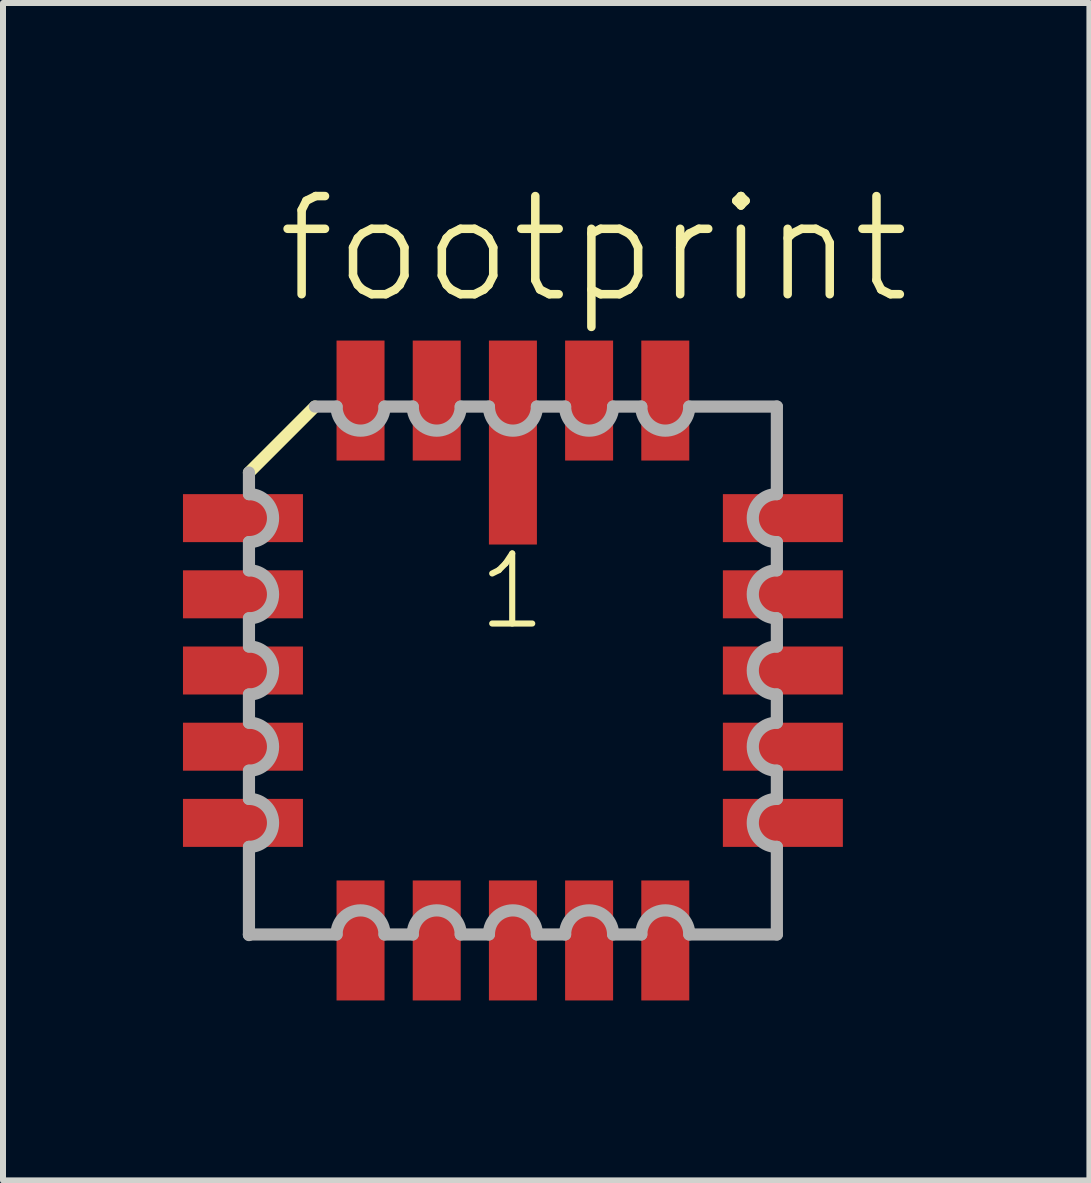
<source format=kicad_pcb>
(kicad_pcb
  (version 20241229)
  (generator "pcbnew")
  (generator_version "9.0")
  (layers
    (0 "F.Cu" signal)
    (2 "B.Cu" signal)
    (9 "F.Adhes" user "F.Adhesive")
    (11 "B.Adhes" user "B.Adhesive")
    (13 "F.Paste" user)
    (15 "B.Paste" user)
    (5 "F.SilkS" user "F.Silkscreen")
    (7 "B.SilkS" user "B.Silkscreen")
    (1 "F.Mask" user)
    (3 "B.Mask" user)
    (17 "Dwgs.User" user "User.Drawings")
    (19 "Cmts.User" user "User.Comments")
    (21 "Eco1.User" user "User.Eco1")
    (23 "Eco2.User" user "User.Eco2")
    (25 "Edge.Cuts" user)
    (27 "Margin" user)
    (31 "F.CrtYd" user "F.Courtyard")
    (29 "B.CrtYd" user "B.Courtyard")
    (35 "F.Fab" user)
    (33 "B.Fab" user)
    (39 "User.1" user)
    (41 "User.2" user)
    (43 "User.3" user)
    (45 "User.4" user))
  (footprint "footprint"
    (layer "F.Cu")
    (at 5.5 8.127)
    (property "Reference" "footprint" (at -4.005 -6.065 0) (layer "F.SilkS") (effects (font (size 1.636 1.636) (thickness 0.142)) (justify left bottom)))
    (fp_line (start -3.3 -4.4) (end -4.4 -3.3) (stroke (width 0.203) (type solid)) (layer "F.SilkS"))
    (fp_line (start -4.4 -3.3) (end -4.4 -2.94) (stroke (width 0.203) (type solid)) (layer "F.Fab"))
    (fp_line (start -4.4 -2.14) (end -4.4 -1.67) (stroke (width 0.203) (type solid)) (layer "F.Fab"))
    (fp_line (start -4.4 -0.87) (end -4.4 -0.4) (stroke (width 0.203) (type solid)) (layer "F.Fab"))
    (fp_line (start -4.4 0.4) (end -4.4 0.87) (stroke (width 0.203) (type solid)) (layer "F.Fab"))
    (fp_line (start -4.4 1.67) (end -4.4 2.14) (stroke (width 0.203) (type solid)) (layer "F.Fab"))
    (fp_line (start -4.4 2.94) (end -4.4 4.4) (stroke (width 0.203) (type solid)) (layer "F.Fab"))
    (fp_line (start -4.4 4.4) (end -4.4 4.41) (stroke (width 0.203) (type solid)) (layer "F.Fab"))
    (fp_line (start -4.4 4.4) (end -2.94 4.4) (stroke (width 0.203) (type solid)) (layer "F.Fab"))
    (fp_line (start -2.94 -4.4) (end -3.3 -4.4) (stroke (width 0.203) (type solid)) (layer "F.Fab"))
    (fp_line (start -2.14 4.4) (end -1.67 4.4) (stroke (width 0.203) (type solid)) (layer "F.Fab"))
    (fp_line (start -1.67 -4.4) (end -2.14 -4.4) (stroke (width 0.203) (type solid)) (layer "F.Fab"))
    (fp_line (start -0.87 4.4) (end -0.4 4.4) (stroke (width 0.203) (type solid)) (layer "F.Fab"))
    (fp_line (start -0.4 -4.4) (end -0.87 -4.4) (stroke (width 0.203) (type solid)) (layer "F.Fab"))
    (fp_line (start 0.4 4.4) (end 0.87 4.4) (stroke (width 0.203) (type solid)) (layer "F.Fab"))
    (fp_line (start 0.87 -4.4) (end 0.4 -4.4) (stroke (width 0.203) (type solid)) (layer "F.Fab"))
    (fp_line (start 1.67 4.4) (end 2.14 4.4) (stroke (width 0.203) (type solid)) (layer "F.Fab"))
    (fp_line (start 2.14 -4.4) (end 1.67 -4.4) (stroke (width 0.203) (type solid)) (layer "F.Fab"))
    (fp_line (start 2.94 4.4) (end 4.4 4.4) (stroke (width 0.203) (type solid)) (layer "F.Fab"))
    (fp_line (start 4.4 -4.4) (end 2.94 -4.4) (stroke (width 0.203) (type solid)) (layer "F.Fab"))
    (fp_line (start 4.4 -2.94) (end 4.4 -4.4) (stroke (width 0.203) (type solid)) (layer "F.Fab"))
    (fp_line (start 4.4 -1.67) (end 4.4 -2.14) (stroke (width 0.203) (type solid)) (layer "F.Fab"))
    (fp_line (start 4.4 -0.4) (end 4.4 -0.87) (stroke (width 0.203) (type solid)) (layer "F.Fab"))
    (fp_line (start 4.4 0.87) (end 4.4 0.4) (stroke (width 0.203) (type solid)) (layer "F.Fab"))
    (fp_line (start 4.4 2.14) (end 4.4 1.67) (stroke (width 0.203) (type solid)) (layer "F.Fab"))
    (fp_line (start 4.4 4.4) (end 4.4 2.94) (stroke (width 0.203) (type solid)) (layer "F.Fab"))
    (fp_arc (start -4.3984 -2.94) (mid -3.9984 -2.54) (end -4.3984 -2.14) (stroke (width 0.2032) (type solid)) (layer "F.Fab"))
    (fp_arc (start -4.3984 -1.67) (mid -3.9984 -1.27) (end -4.3984 -0.87) (stroke (width 0.2032) (type solid)) (layer "F.Fab"))
    (fp_arc (start -4.3984 -0.4) (mid -3.9984 0) (end -4.3984 0.4) (stroke (width 0.2032) (type solid)) (layer "F.Fab"))
    (fp_arc (start -4.3984 0.87) (mid -3.9984 1.27) (end -4.3984 1.67) (stroke (width 0.2032) (type solid)) (layer "F.Fab"))
    (fp_arc (start -4.3984 2.14) (mid -3.9984 2.54) (end -4.3984 2.94) (stroke (width 0.2032) (type solid)) (layer "F.Fab"))
    (fp_arc (start -2.94 4.3984) (mid -2.54 3.9984) (end -2.14 4.3984) (stroke (width 0.2032) (type solid)) (layer "F.Fab"))
    (fp_arc (start -2.14 -4.3984) (mid -2.54 -3.9984) (end -2.94 -4.3984) (stroke (width 0.2032) (type solid)) (layer "F.Fab"))
    (fp_arc (start -1.67 4.3984) (mid -1.27 3.9984) (end -0.87 4.3984) (stroke (width 0.2032) (type solid)) (layer "F.Fab"))
    (fp_arc (start -0.87 -4.3984) (mid -1.27 -3.9984) (end -1.67 -4.3984) (stroke (width 0.2032) (type solid)) (layer "F.Fab"))
    (fp_arc (start -0.4 4.3984) (mid 0 3.9984) (end 0.4 4.3984) (stroke (width 0.2032) (type solid)) (layer "F.Fab"))
    (fp_arc (start 0.4 -4.3984) (mid 0 -3.9984) (end -0.4 -4.3984) (stroke (width 0.2032) (type solid)) (layer "F.Fab"))
    (fp_arc (start 0.87 4.3984) (mid 1.27 3.9984) (end 1.67 4.3984) (stroke (width 0.2032) (type solid)) (layer "F.Fab"))
    (fp_arc (start 1.67 -4.3984) (mid 1.27 -3.9984) (end 0.87 -4.3984) (stroke (width 0.2032) (type solid)) (layer "F.Fab"))
    (fp_arc (start 2.14 4.3984) (mid 2.54 3.9984) (end 2.94 4.3984) (stroke (width 0.2032) (type solid)) (layer "F.Fab"))
    (fp_arc (start 2.94 -4.3984) (mid 2.54 -3.9984) (end 2.14 -4.3984) (stroke (width 0.2032) (type solid)) (layer "F.Fab"))
    (fp_arc (start 4.3984 -2.14) (mid 3.9984 -2.54) (end 4.3984 -2.94) (stroke (width 0.2032) (type solid)) (layer "F.Fab"))
    (fp_arc (start 4.3984 -0.87) (mid 3.9984 -1.27) (end 4.3984 -1.67) (stroke (width 0.2032) (type solid)) (layer "F.Fab"))
    (fp_arc (start 4.3984 0.4) (mid 3.9984 0) (end 4.3984 -0.4) (stroke (width 0.2032) (type solid)) (layer "F.Fab"))
    (fp_arc (start 4.3984 1.67) (mid 3.9984 1.27) (end 4.3984 0.87) (stroke (width 0.2032) (type solid)) (layer "F.Fab"))
    (fp_arc (start 4.3984 2.94) (mid 3.9984 2.54) (end 4.3984 2.14) (stroke (width 0.2032) (type solid)) (layer "F.Fab"))
    (fp_text user "1" (at -0.635 -0.635 0) (layer "F.SilkS") (effects (font (size 1.168 1.168) (thickness 0.102)) (justify left bottom)))
    (pad "1" smd rect (at 0 -3.8) (size 0.8 3.4) (layers "F.Cu" "F.Mask" "F.Paste"))
    (pad "2" smd rect (at -1.27 -4.5) (size 0.8 2) (layers "F.Cu" "F.Mask" "F.Paste"))
    (pad "3" smd rect (at -2.54 -4.5) (size 0.8 2) (layers "F.Cu" "F.Mask" "F.Paste"))
    (pad "4" smd rect (at -4.5 -2.54) (size 2 0.8) (layers "F.Cu" "F.Mask" "F.Paste"))
    (pad "5" smd rect (at -4.5 -1.27) (size 2 0.8) (layers "F.Cu" "F.Mask" "F.Paste"))
    (pad "6" smd rect (at -4.5 0) (size 2 0.8) (layers "F.Cu" "F.Mask" "F.Paste"))
    (pad "7" smd rect (at -4.5 1.27) (size 2 0.8) (layers "F.Cu" "F.Mask" "F.Paste"))
    (pad "8" smd rect (at -4.5 2.54) (size 2 0.8) (layers "F.Cu" "F.Mask" "F.Paste"))
    (pad "9" smd rect (at -2.54 4.5) (size 0.8 2) (layers "F.Cu" "F.Mask" "F.Paste"))
    (pad "10" smd rect (at -1.27 4.5) (size 0.8 2) (layers "F.Cu" "F.Mask" "F.Paste"))
    (pad "11" smd rect (at 0 4.5) (size 0.8 2) (layers "F.Cu" "F.Mask" "F.Paste"))
    (pad "12" smd rect (at 1.27 4.5) (size 0.8 2) (layers "F.Cu" "F.Mask" "F.Paste"))
    (pad "13" smd rect (at 2.54 4.5) (size 0.8 2) (layers "F.Cu" "F.Mask" "F.Paste"))
    (pad "14" smd rect (at 4.5 2.54) (size 2 0.8) (layers "F.Cu" "F.Mask" "F.Paste"))
    (pad "15" smd rect (at 4.5 1.27) (size 2 0.8) (layers "F.Cu" "F.Mask" "F.Paste"))
    (pad "16" smd rect (at 4.5 0) (size 2 0.8) (layers "F.Cu" "F.Mask" "F.Paste"))
    (pad "17" smd rect (at 4.5 -1.27) (size 2 0.8) (layers "F.Cu" "F.Mask" "F.Paste"))
    (pad "18" smd rect (at 4.5 -2.54) (size 2 0.8) (layers "F.Cu" "F.Mask" "F.Paste"))
    (pad "19" smd rect (at 2.54 -4.5) (size 0.8 2) (layers "F.Cu" "F.Mask" "F.Paste"))
    (pad "20" smd rect (at 1.27 -4.5) (size 0.8 2) (layers "F.Cu" "F.Mask" "F.Paste")))
  (gr_rect
    (start -3 -3)
    (end 15.11 16.627)
    (stroke (width 0.1) (type default))
    (fill no)
    (layer "Edge.Cuts")))
</source>
